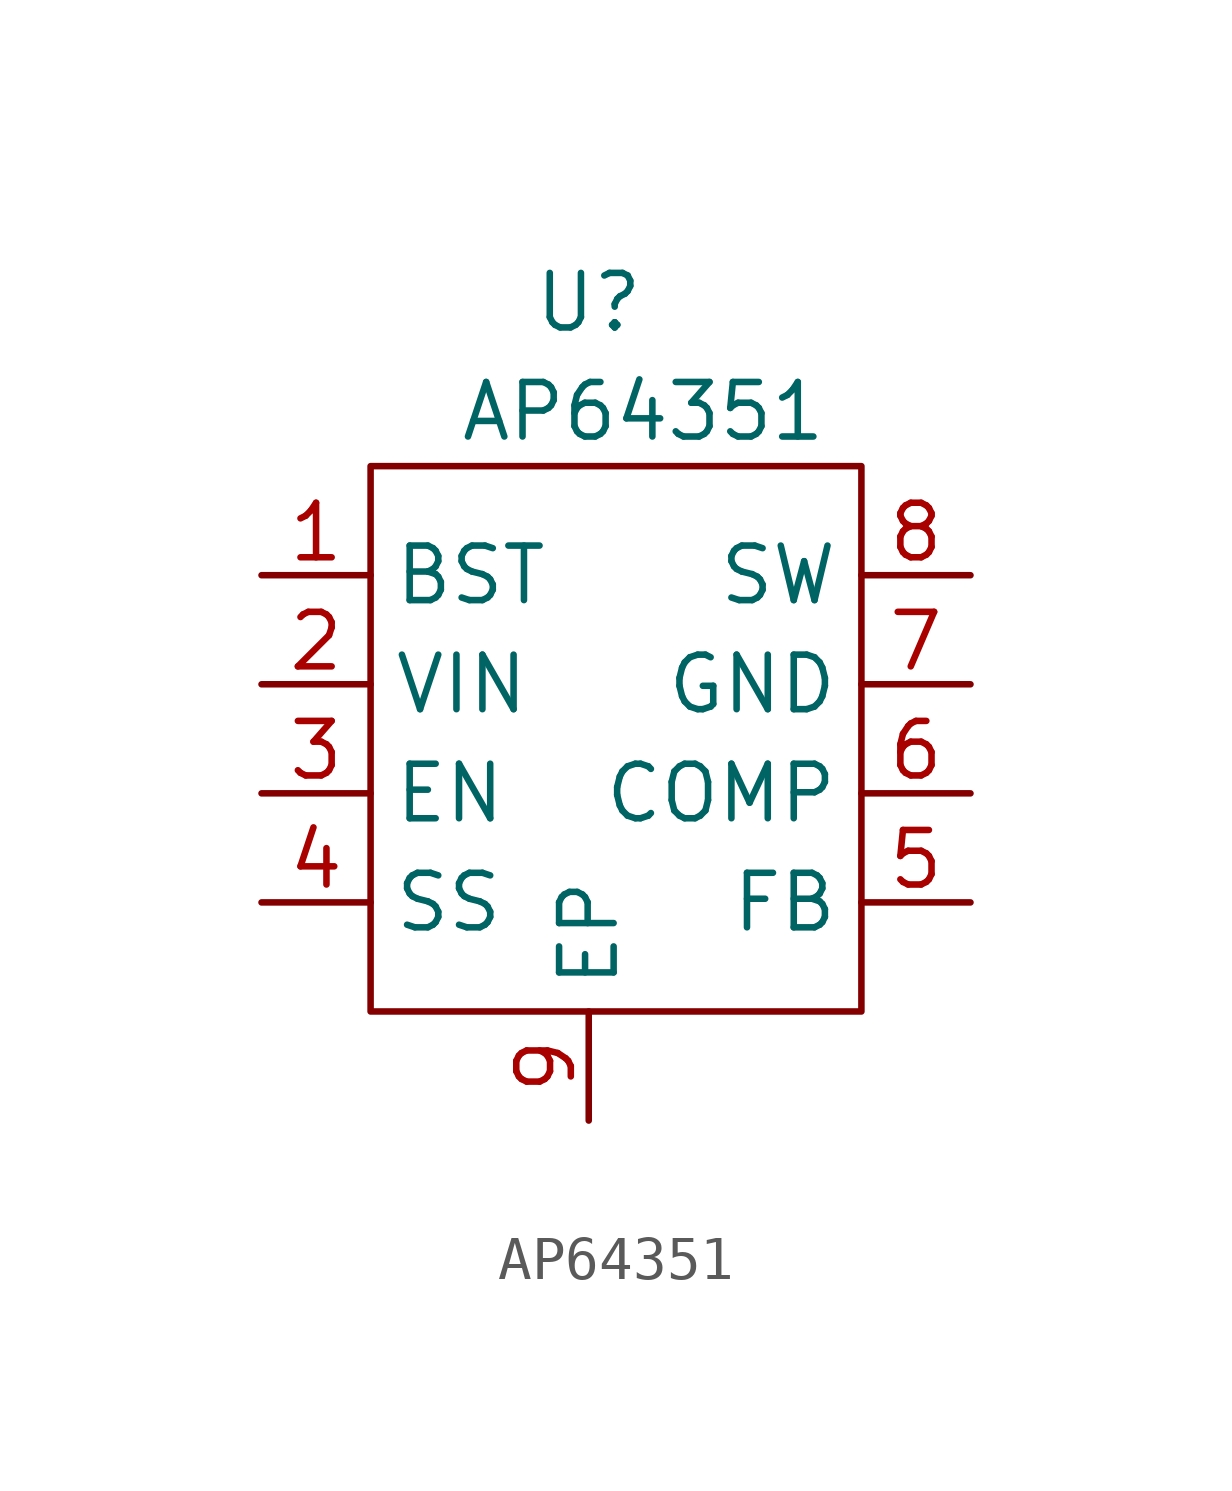
<source format=kicad_sym>
(kicad_symbol_lib
  (version 20201005)
  (generator kicad_symbol_editor)
  (symbol "AP64351"
    (property "Reference" "U"
      (at 0 8.89 0)
      (effects (font (size 1.27 1.27))))
    (property "Value" "AP64351"
      (at 1.27 6.35 0)
      (effects (font (size 1.27 1.27))))
    (symbol "AP64351_0_1"
      (rectangle (start -5.08 5.08) (end 6.35 -7.62) (stroke (width 0)) (fill (type none))))
    (symbol "AP64351_1_1"
      (pin passive line (at -7.62 2.54 0) (length 2.54) (name "BST" (effects (font (size 1.27 1.27)))) (number "1" (effects (font (size 1.27 1.27)))))
      (pin power_in line (at -7.62 0 0) (length 2.54) (name "VIN" (effects (font (size 1.27 1.27)))) (number "2" (effects (font (size 1.27 1.27)))))
      (pin input line (at -7.62 -2.54 0) (length 2.54) (name "EN" (effects (font (size 1.27 1.27)))) (number "3" (effects (font (size 1.27 1.27)))))
      (pin input line (at -7.62 -5.08 0) (length 2.54) (name "SS" (effects (font (size 1.27 1.27)))) (number "4" (effects (font (size 1.27 1.27)))))
      (pin input line (at 8.89 -5.08 180) (length 2.54) (name "FB" (effects (font (size 1.27 1.27)))) (number "5" (effects (font (size 1.27 1.27)))))
      (pin input line (at 8.89 -2.54 180) (length 2.54) (name "COMP" (effects (font (size 1.27 1.27)))) (number "6" (effects (font (size 1.27 1.27)))))
      (pin power_in line (at 8.89 0 180) (length 2.54) (name "GND" (effects (font (size 1.27 1.27)))) (number "7" (effects (font (size 1.27 1.27)))))
      (pin output line (at 8.89 2.54 180) (length 2.54) (name "SW" (effects (font (size 1.27 1.27)))) (number "8" (effects (font (size 1.27 1.27)))))
      (pin passive line (at 0 -10.16 90) (length 2.54) (name "EP" (effects (font (size 1.27 1.27)))) (number "9" (effects (font (size 1.27 1.27))))))))
</source>
